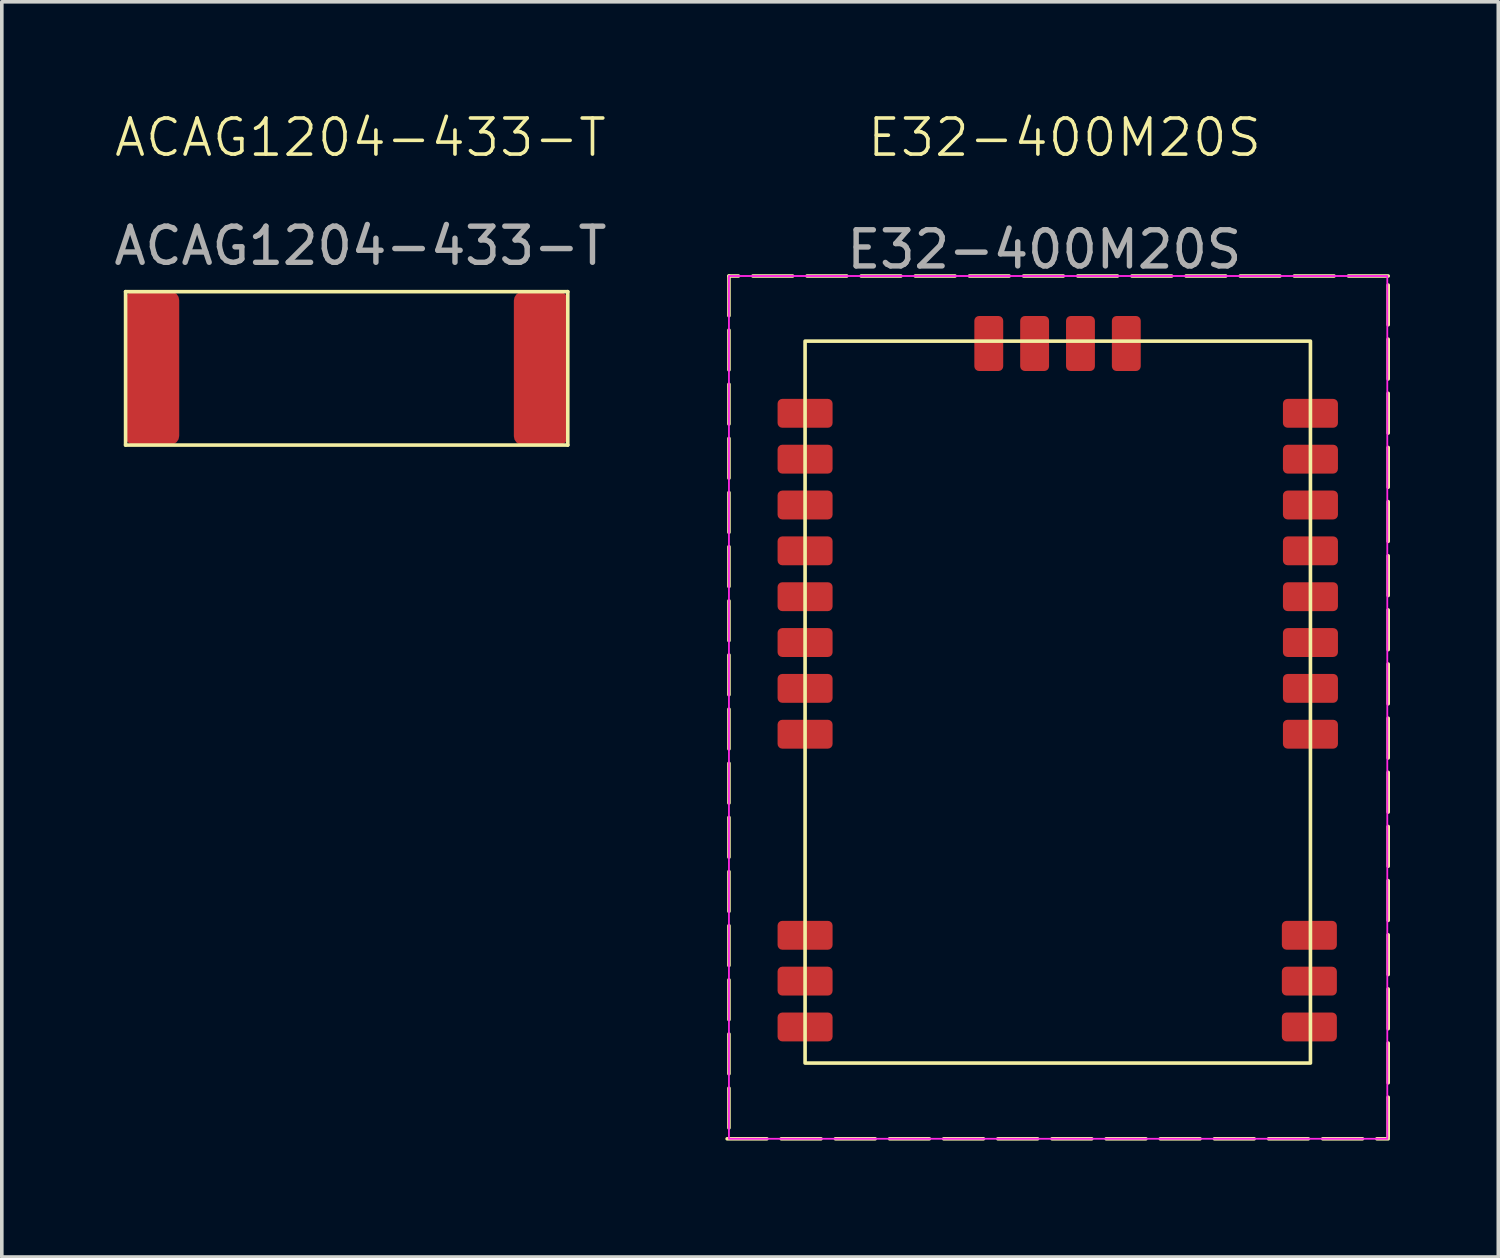
<source format=kicad_pcb>
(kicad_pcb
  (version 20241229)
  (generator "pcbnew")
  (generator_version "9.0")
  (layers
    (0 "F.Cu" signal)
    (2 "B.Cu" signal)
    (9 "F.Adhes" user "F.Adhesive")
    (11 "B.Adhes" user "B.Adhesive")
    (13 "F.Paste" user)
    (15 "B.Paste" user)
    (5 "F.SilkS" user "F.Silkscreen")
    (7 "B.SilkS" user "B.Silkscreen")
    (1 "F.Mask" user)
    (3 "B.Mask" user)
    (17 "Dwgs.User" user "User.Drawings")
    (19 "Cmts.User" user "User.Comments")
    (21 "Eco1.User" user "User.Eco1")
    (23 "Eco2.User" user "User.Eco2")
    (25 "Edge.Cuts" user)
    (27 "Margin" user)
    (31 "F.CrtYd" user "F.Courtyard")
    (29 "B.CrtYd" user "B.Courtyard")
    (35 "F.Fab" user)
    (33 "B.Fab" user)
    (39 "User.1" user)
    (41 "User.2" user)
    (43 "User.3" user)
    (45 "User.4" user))
  (footprint "ACAG1204-433-T"
    (layer "F.Cu")
    (at 6.63 7.468)
    (property "Reference" "ACAG1204-433-T" (at 0.305 -6.707 0) (unlocked yes) (layer "F.SilkS") (effects (font (size 1 1) (thickness 0.1))))
    (attr smd)
    (fp_line (start -6.201 -2.438) (end -6.201 1.812) (stroke (width 0.1) (type default)) (layer "F.SilkS"))
    (fp_line (start -6.201 1.812) (end 6.049 1.812) (stroke (width 0.1) (type default)) (layer "F.SilkS"))
    (fp_line (start 6.049 -2.438) (end -6.201 -2.438) (stroke (width 0.1) (type default)) (layer "F.SilkS"))
    (fp_line (start 6.049 1.812) (end 6.049 -2.438) (stroke (width 0.1) (type default)) (layer "F.SilkS"))
    (fp_text user "${REFERENCE}" (at 0.305 -3.707 0) (unlocked yes) (layer "F.Fab") (effects (font (size 1 1) (thickness 0.15))))
    (pad "1" smd roundrect (at -5.465 -0.322) (size 1.5 4.25) (layers "F.Cu" "F.Mask" "F.Paste") (roundrect_rratio 0.164))
    (pad "2" smd roundrect (at 5.305 -0.313) (size 1.5 4.25) (layers "F.Cu" "F.Mask" "F.Paste") (roundrect_rratio 0.164)))
  (footprint "E32-400M20S"
    (layer "F.Cu")
    (at 17.119 28.523)
    (property "Reference" "E32-400M20S" (at 9.322 -27.762 0) (unlocked yes) (layer "F.SilkS") (effects (font (size 1 1) (thickness 0.1))))
    (attr smd)
    (fp_line (start -0.025 -0.025) (end 18.288 -0.025) (stroke (width 0.1) (type dash)) (layer "F.SilkS"))
    (fp_line (start 0.025 -23.927) (end 0.025 -0.025) (stroke (width 0.1) (type dash)) (layer "F.SilkS"))
    (fp_line (start 18.288 -23.927) (end 0.025 -23.927) (stroke (width 0.1) (type dash)) (layer "F.SilkS"))
    (fp_line (start 18.288 -0.076) (end 18.288 -23.927) (stroke (width 0.1) (type dash)) (layer "F.SilkS"))
    (fp_rect (start 2.134 -22.123) (end 16.134 -2.123) (stroke (width 0.1) (type default)) (fill no) (layer "F.SilkS"))
    (fp_rect (start 0.025 -23.927) (end 18.263 -0.025) (stroke (width 0.05) (type default)) (fill no) (layer "F.CrtYd"))
    (fp_text user "${REFERENCE}" (at 8.763 -24.662 0) (unlocked yes) (layer "F.Fab") (effects (font (size 1 1) (thickness 0.15))))
    (pad "1" smd roundrect (at 16.104 -3.123) (size 1.524 0.8) (layers "F.Cu" "F.Mask" "F.Paste") (roundrect_rratio 0.164))
    (pad "2" smd roundrect (at 16.104 -4.393) (size 1.524 0.8) (layers "F.Cu" "F.Mask" "F.Paste") (roundrect_rratio 0.164))
    (pad "3" smd roundrect (at 16.104 -5.663) (size 1.524 0.8) (layers "F.Cu" "F.Mask" "F.Paste") (roundrect_rratio 0.164))
    (pad "4" smd roundrect (at 16.134 -11.233) (size 1.524 0.8) (layers "F.Cu" "F.Mask" "F.Paste") (roundrect_rratio 0.164))
    (pad "5" smd roundrect (at 16.134 -12.503) (size 1.524 0.8) (layers "F.Cu" "F.Mask" "F.Paste") (roundrect_rratio 0.164))
    (pad "6" smd roundrect (at 16.134 -13.773) (size 1.524 0.8) (layers "F.Cu" "F.Mask" "F.Paste") (roundrect_rratio 0.164))
    (pad "7" smd roundrect (at 16.134 -15.043) (size 1.524 0.8) (layers "F.Cu" "F.Mask" "F.Paste") (roundrect_rratio 0.164))
    (pad "8" smd roundrect (at 16.134 -16.313) (size 1.524 0.8) (layers "F.Cu" "F.Mask" "F.Paste") (roundrect_rratio 0.164))
    (pad "9" smd roundrect (at 16.134 -17.583) (size 1.524 0.8) (layers "F.Cu" "F.Mask" "F.Paste") (roundrect_rratio 0.164))
    (pad "10" smd roundrect (at 16.134 -18.853) (size 1.524 0.8) (layers "F.Cu" "F.Mask" "F.Paste") (roundrect_rratio 0.164))
    (pad "11" smd roundrect (at 16.134 -20.123) (size 1.524 0.8) (layers "F.Cu" "F.Mask" "F.Paste") (roundrect_rratio 0.164))
    (pad "12" smd roundrect (at 11.033 -22.057 90) (size 1.524 0.8) (layers "F.Cu" "F.Mask" "F.Paste") (roundrect_rratio 0.164))
    (pad "13" smd roundrect (at 9.763 -22.057 90) (size 1.524 0.8) (layers "F.Cu" "F.Mask" "F.Paste") (roundrect_rratio 0.164))
    (pad "14" smd roundrect (at 8.493 -22.057 90) (size 1.524 0.8) (layers "F.Cu" "F.Mask" "F.Paste") (roundrect_rratio 0.164))
    (pad "15" smd roundrect (at 7.223 -22.057 90) (size 1.524 0.8) (layers "F.Cu" "F.Mask" "F.Paste") (roundrect_rratio 0.164))
    (pad "16" smd roundrect (at 2.134 -20.123) (size 1.524 0.8) (layers "F.Cu" "F.Mask" "F.Paste") (roundrect_rratio 0.164))
    (pad "17" smd roundrect (at 2.134 -18.853) (size 1.524 0.8) (layers "F.Cu" "F.Mask" "F.Paste") (roundrect_rratio 0.164))
    (pad "18" smd roundrect (at 2.134 -17.583) (size 1.524 0.8) (layers "F.Cu" "F.Mask" "F.Paste") (roundrect_rratio 0.164))
    (pad "19" smd roundrect (at 2.134 -16.313) (size 1.524 0.8) (layers "F.Cu" "F.Mask" "F.Paste") (roundrect_rratio 0.164))
    (pad "20" smd roundrect (at 2.134 -15.043) (size 1.524 0.8) (layers "F.Cu" "F.Mask" "F.Paste") (roundrect_rratio 0.164))
    (pad "21" smd roundrect (at 2.134 -13.773) (size 1.524 0.8) (layers "F.Cu" "F.Mask" "F.Paste") (roundrect_rratio 0.164))
    (pad "22" smd roundrect (at 2.134 -12.503) (size 1.524 0.8) (layers "F.Cu" "F.Mask" "F.Paste") (roundrect_rratio 0.164))
    (pad "23" smd roundrect (at 2.134 -11.233) (size 1.524 0.8) (layers "F.Cu" "F.Mask" "F.Paste") (roundrect_rratio 0.164))
    (pad "24" smd roundrect (at 2.134 -5.663) (size 1.524 0.8) (layers "F.Cu" "F.Mask" "F.Paste") (roundrect_rratio 0.164))
    (pad "25" smd roundrect (at 2.134 -4.393) (size 1.524 0.8) (layers "F.Cu" "F.Mask" "F.Paste") (roundrect_rratio 0.164))
    (pad "26" smd roundrect (at 2.134 -3.123) (size 1.524 0.8) (layers "F.Cu" "F.Mask" "F.Paste") (roundrect_rratio 0.164)))
  (gr_rect
    (start -3 -3)
    (end 38.457 31.773)
    (stroke (width 0.1) (type default))
    (fill no)
    (layer "Edge.Cuts")))
</source>
